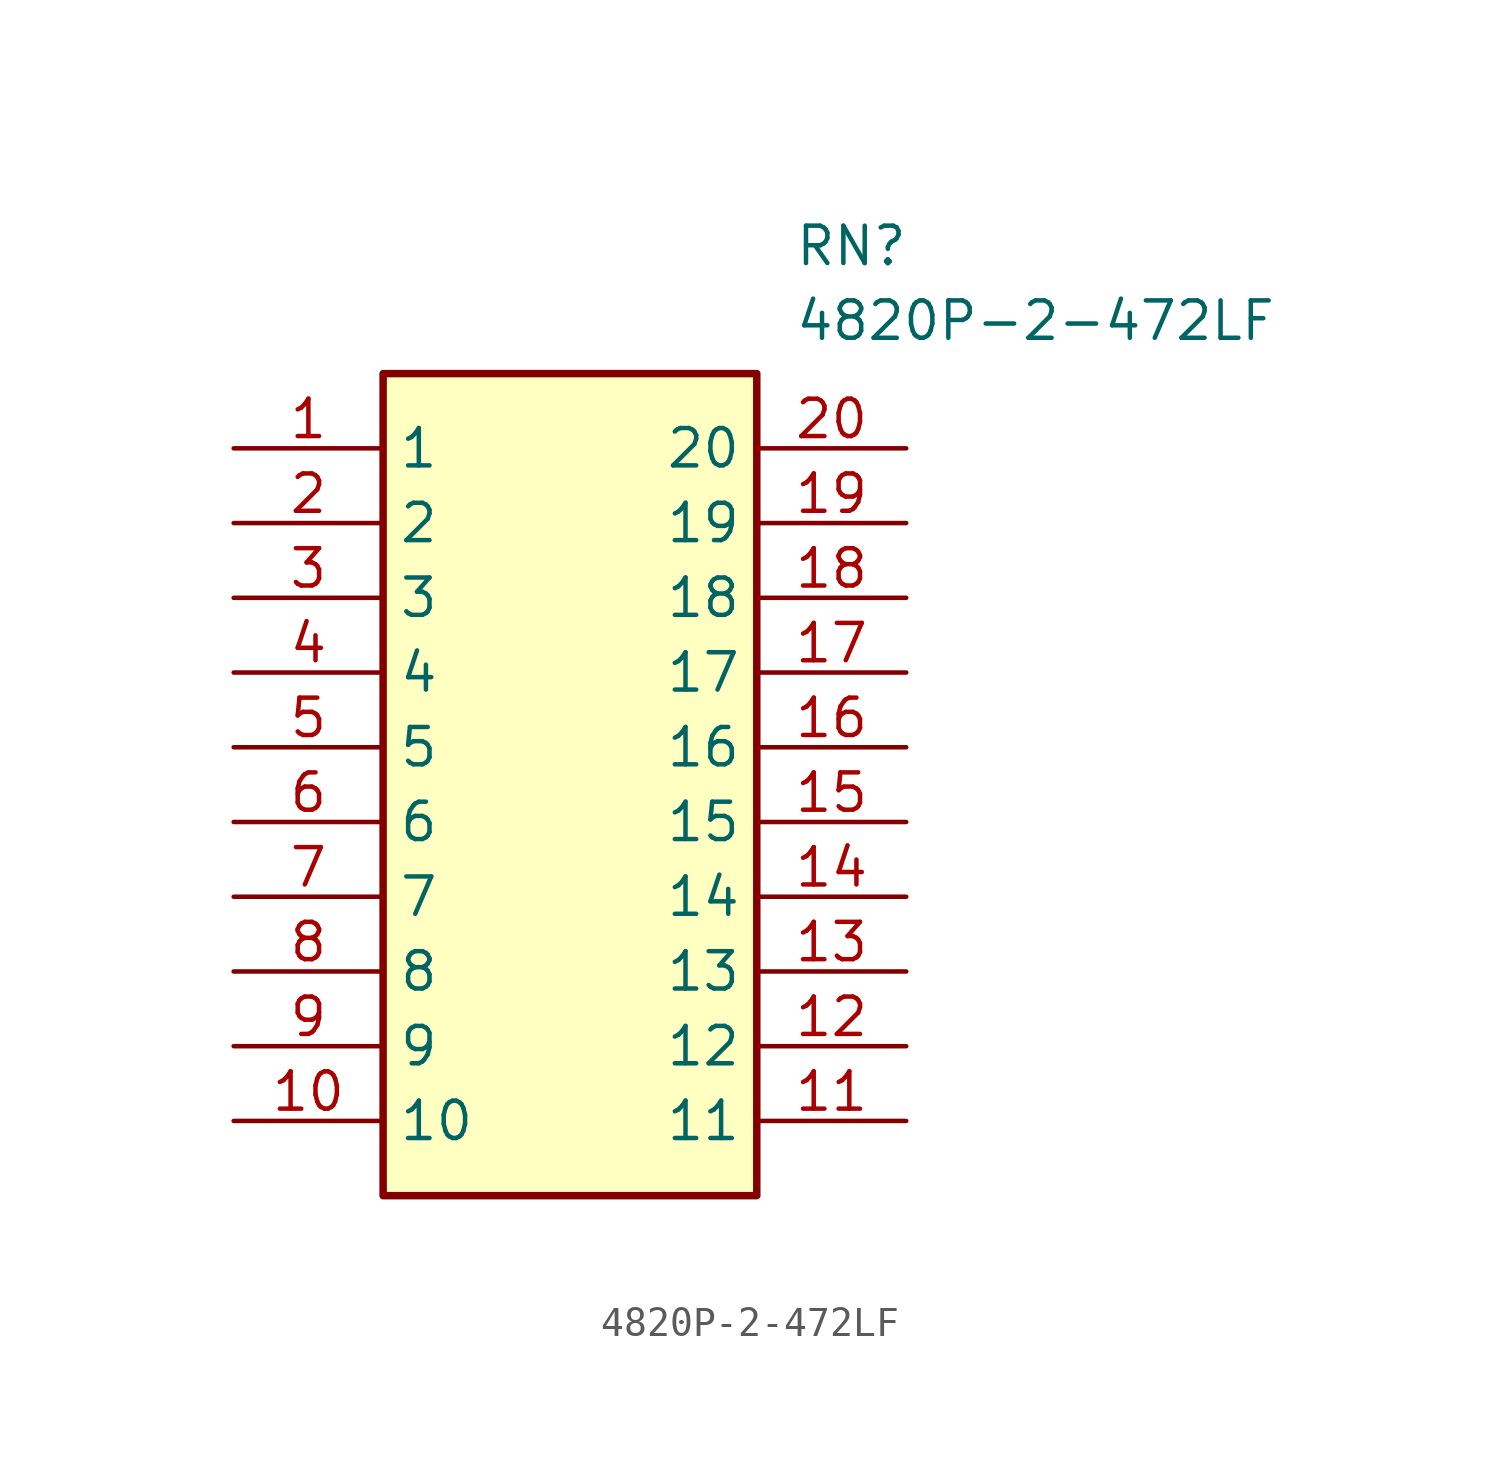
<source format=kicad_sym>
(kicad_symbol_lib
  (version 20211014)
  (generator SamacSys_ECAD_Model)
  (symbol "4820P-2-472LF"
    (property "Reference" "RN"
      (at 19.05 7.62 0)
      (effects (font (size 1.27 1.27)) (justify left top)))
    (property "Value" "4820P-2-472LF"
      (at 19.05 5.08 0)
      (effects (font (size 1.27 1.27)) (justify left top)))
    (rectangle
      (start 5.08 2.54)
      (end 17.78 -25.4)
      (stroke (width 0.254) (type default))
      (fill (type background)))
    (pin passive line
      (at 0 0 0)
      (length 5.08)
      (name "1" (effects (font (size 1.27 1.27))))
      (number "1" (effects (font (size 1.27 1.27)))))
    (pin passive line
      (at 0 -2.54 0)
      (length 5.08)
      (name "2" (effects (font (size 1.27 1.27))))
      (number "2" (effects (font (size 1.27 1.27)))))
    (pin passive line
      (at 0 -5.08 0)
      (length 5.08)
      (name "3" (effects (font (size 1.27 1.27))))
      (number "3" (effects (font (size 1.27 1.27)))))
    (pin passive line
      (at 0 -7.62 0)
      (length 5.08)
      (name "4" (effects (font (size 1.27 1.27))))
      (number "4" (effects (font (size 1.27 1.27)))))
    (pin passive line
      (at 0 -10.16 0)
      (length 5.08)
      (name "5" (effects (font (size 1.27 1.27))))
      (number "5" (effects (font (size 1.27 1.27)))))
    (pin passive line
      (at 0 -12.7 0)
      (length 5.08)
      (name "6" (effects (font (size 1.27 1.27))))
      (number "6" (effects (font (size 1.27 1.27)))))
    (pin passive line
      (at 0 -15.24 0)
      (length 5.08)
      (name "7" (effects (font (size 1.27 1.27))))
      (number "7" (effects (font (size 1.27 1.27)))))
    (pin passive line
      (at 0 -17.78 0)
      (length 5.08)
      (name "8" (effects (font (size 1.27 1.27))))
      (number "8" (effects (font (size 1.27 1.27)))))
    (pin passive line
      (at 0 -20.32 0)
      (length 5.08)
      (name "9" (effects (font (size 1.27 1.27))))
      (number "9" (effects (font (size 1.27 1.27)))))
    (pin passive line
      (at 0 -22.86 0)
      (length 5.08)
      (name "10" (effects (font (size 1.27 1.27))))
      (number "10" (effects (font (size 1.27 1.27)))))
    (pin passive line
      (at 22.86 0 180)
      (length 5.08)
      (name "20" (effects (font (size 1.27 1.27))))
      (number "20" (effects (font (size 1.27 1.27)))))
    (pin passive line
      (at 22.86 -2.54 180)
      (length 5.08)
      (name "19" (effects (font (size 1.27 1.27))))
      (number "19" (effects (font (size 1.27 1.27)))))
    (pin passive line
      (at 22.86 -5.08 180)
      (length 5.08)
      (name "18" (effects (font (size 1.27 1.27))))
      (number "18" (effects (font (size 1.27 1.27)))))
    (pin passive line
      (at 22.86 -7.62 180)
      (length 5.08)
      (name "17" (effects (font (size 1.27 1.27))))
      (number "17" (effects (font (size 1.27 1.27)))))
    (pin passive line
      (at 22.86 -10.16 180)
      (length 5.08)
      (name "16" (effects (font (size 1.27 1.27))))
      (number "16" (effects (font (size 1.27 1.27)))))
    (pin passive line
      (at 22.86 -12.7 180)
      (length 5.08)
      (name "15" (effects (font (size 1.27 1.27))))
      (number "15" (effects (font (size 1.27 1.27)))))
    (pin passive line
      (at 22.86 -15.24 180)
      (length 5.08)
      (name "14" (effects (font (size 1.27 1.27))))
      (number "14" (effects (font (size 1.27 1.27)))))
    (pin passive line
      (at 22.86 -17.78 180)
      (length 5.08)
      (name "13" (effects (font (size 1.27 1.27))))
      (number "13" (effects (font (size 1.27 1.27)))))
    (pin passive line
      (at 22.86 -20.32 180)
      (length 5.08)
      (name "12" (effects (font (size 1.27 1.27))))
      (number "12" (effects (font (size 1.27 1.27)))))
    (pin passive line
      (at 22.86 -22.86 180)
      (length 5.08)
      (name "11" (effects (font (size 1.27 1.27))))
      (number "11" (effects (font (size 1.27 1.27)))))))
</source>
